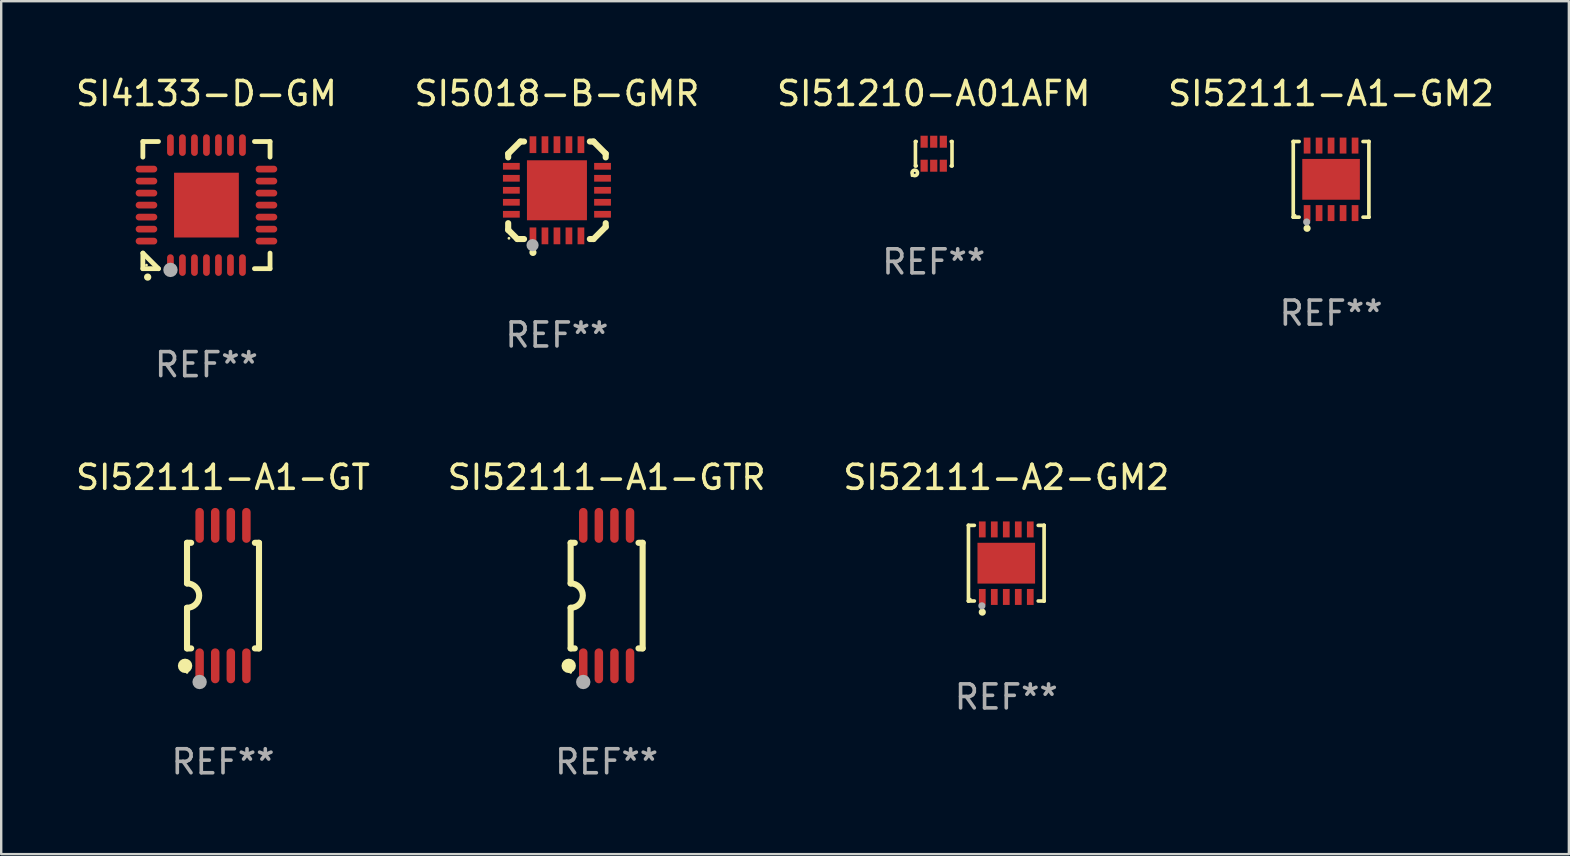
<source format=kicad_pcb>
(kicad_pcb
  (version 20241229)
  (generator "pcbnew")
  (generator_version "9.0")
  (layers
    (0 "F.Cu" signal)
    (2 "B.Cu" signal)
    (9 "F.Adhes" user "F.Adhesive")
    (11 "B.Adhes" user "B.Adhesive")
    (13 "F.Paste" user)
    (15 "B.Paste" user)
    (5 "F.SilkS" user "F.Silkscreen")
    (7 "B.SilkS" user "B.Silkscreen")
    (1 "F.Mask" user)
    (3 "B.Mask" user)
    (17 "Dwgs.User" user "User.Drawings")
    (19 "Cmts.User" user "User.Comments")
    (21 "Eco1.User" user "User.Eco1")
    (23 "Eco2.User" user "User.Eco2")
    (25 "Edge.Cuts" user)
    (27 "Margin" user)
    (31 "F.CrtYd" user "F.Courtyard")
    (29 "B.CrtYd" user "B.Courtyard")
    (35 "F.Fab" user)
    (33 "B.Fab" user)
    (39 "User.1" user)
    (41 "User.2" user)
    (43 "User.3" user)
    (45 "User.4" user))
  (footprint "SI5018-B-GMR"
    (layer "F.Cu")
    (at 20.161 4.88)
    (property "Reference" "SI5018-B-GMR" (at 0 -4.032 0) (layer "F.SilkS") (effects (font (size 1 1) (thickness 0.15))))
    (attr through_hole)
    (fp_line (start -2.032 -1.524) (end -1.524 -2.032) (stroke (width 0.254) (type solid)) (layer "F.SilkS"))
    (fp_line (start -2.032 -1.371) (end -2.032 -1.524) (stroke (width 0.254) (type solid)) (layer "F.SilkS"))
    (fp_line (start -2.032 1.651) (end -2.032 1.371) (stroke (width 0.254) (type solid)) (layer "F.SilkS"))
    (fp_line (start -1.651 2.032) (end -2.032 1.651) (stroke (width 0.254) (type solid)) (layer "F.SilkS"))
    (fp_line (start -1.524 -2.032) (end -1.371 -2.032) (stroke (width 0.254) (type solid)) (layer "F.SilkS"))
    (fp_line (start -1.371 2.032) (end -1.651 2.032) (stroke (width 0.254) (type solid)) (layer "F.SilkS"))
    (fp_line (start 1.371 -2.032) (end 1.524 -2.032) (stroke (width 0.254) (type solid)) (layer "F.SilkS"))
    (fp_line (start 1.524 -2.032) (end 2.032 -1.524) (stroke (width 0.254) (type solid)) (layer "F.SilkS"))
    (fp_line (start 1.524 2.032) (end 1.371 2.032) (stroke (width 0.254) (type solid)) (layer "F.SilkS"))
    (fp_line (start 2.032 -1.524) (end 2.032 -1.371) (stroke (width 0.254) (type solid)) (layer "F.SilkS"))
    (fp_line (start 2.032 1.371) (end 2.032 1.524) (stroke (width 0.254) (type solid)) (layer "F.SilkS"))
    (fp_line (start 2.032 1.524) (end 1.524 2.032) (stroke (width 0.254) (type solid)) (layer "F.SilkS"))
    (fp_circle (center -2 2) (end -1.97 2) (stroke (width 0.06) (type solid)) (fill no) (layer "F.SilkS"))
    (fp_circle (center -1 2.59) (end -0.925 2.59) (stroke (width 0.15) (type solid)) (fill no) (layer "F.SilkS"))
    (fp_circle (center -1.016 2.286) (end -0.889 2.286) (stroke (width 0.254) (type solid)) (fill no) (layer "F.Fab"))
    (fp_text user "REF**" (at 0 6.032 0) (layer "F.Fab") (effects (font (size 1 1) (thickness 0.15))))
    (pad "1" smd rect (at -1 1.9 90) (size 0.7 0.28) (layers "F.Cu" "F.Mask" "F.Paste"))
    (pad "2" smd rect (at -0.5 1.9 90) (size 0.7 0.28) (layers "F.Cu" "F.Mask" "F.Paste"))
    (pad "3" smd rect (at -0.000051 1.9 90) (size 0.7 0.28) (layers "F.Cu" "F.Mask" "F.Paste"))
    (pad "4" smd rect (at 0.5 1.9 90) (size 0.7 0.28) (layers "F.Cu" "F.Mask" "F.Paste"))
    (pad "5" smd rect (at 1 1.9 90) (size 0.7 0.28) (layers "F.Cu" "F.Mask" "F.Paste"))
    (pad "6" smd rect (at 1.9 1 90) (size 0.28 0.7) (layers "F.Cu" "F.Mask" "F.Paste"))
    (pad "7" smd rect (at 1.9 0.5 90) (size 0.28 0.7) (layers "F.Cu" "F.Mask" "F.Paste"))
    (pad "8" smd rect (at 1.9 -0.000051 90) (size 0.28 0.7) (layers "F.Cu" "F.Mask" "F.Paste"))
    (pad "9" smd rect (at 1.9 -0.5 90) (size 0.28 0.7) (layers "F.Cu" "F.Mask" "F.Paste"))
    (pad "10" smd rect (at 1.9 -1 90) (size 0.28 0.7) (layers "F.Cu" "F.Mask" "F.Paste"))
    (pad "11" smd rect (at 1 -1.9 90) (size 0.7 0.28) (layers "F.Cu" "F.Mask" "F.Paste"))
    (pad "12" smd rect (at 0.5 -1.9 90) (size 0.7 0.28) (layers "F.Cu" "F.Mask" "F.Paste"))
    (pad "13" smd rect (at -0.000051 -1.9 90) (size 0.7 0.28) (layers "F.Cu" "F.Mask" "F.Paste"))
    (pad "14" smd rect (at -0.5 -1.9 90) (size 0.7 0.28) (layers "F.Cu" "F.Mask" "F.Paste"))
    (pad "15" smd rect (at -1 -1.9 90) (size 0.7 0.28) (layers "F.Cu" "F.Mask" "F.Paste"))
    (pad "16" smd rect (at -1.9 -1 90) (size 0.28 0.7) (layers "F.Cu" "F.Mask" "F.Paste"))
    (pad "17" smd rect (at -1.9 -0.5 90) (size 0.28 0.7) (layers "F.Cu" "F.Mask" "F.Paste"))
    (pad "18" smd rect (at -1.9 -0.000051 90) (size 0.28 0.7) (layers "F.Cu" "F.Mask" "F.Paste"))
    (pad "19" smd rect (at -1.9 0.5 90) (size 0.28 0.7) (layers "F.Cu" "F.Mask" "F.Paste"))
    (pad "20" smd rect (at -1.9 1 90) (size 0.28 0.7) (layers "F.Cu" "F.Mask" "F.Paste"))
    (pad "21" smd rect (at -0.000051 -0.000051 90) (size 2.5 2.5) (layers "F.Cu" "F.Mask" "F.Paste")))
  (footprint "SI52111-A1-GTR"
    (layer "F.Cu")
    (at 22.232 21.772)
    (property "Reference" "SI52111-A1-GTR" (at 0 -4.927 0) (layer "F.SilkS") (effects (font (size 1 1) (thickness 0.15))))
    (attr through_hole)
    (fp_line (start -1.5 -2.2) (end -1.5 -0.508) (stroke (width 0.254) (type solid)) (layer "F.SilkS"))
    (fp_line (start -1.5 -2.2) (end -1.328 -2.2) (stroke (width 0.254) (type solid)) (layer "F.SilkS"))
    (fp_line (start -1.5 2.2) (end -1.5 0.508) (stroke (width 0.254) (type solid)) (layer "F.SilkS"))
    (fp_line (start -1.5 2.2) (end -1.328 2.2) (stroke (width 0.254) (type solid)) (layer "F.SilkS"))
    (fp_line (start 1.328 -2.2) (end 1.5 -2.2) (stroke (width 0.254) (type solid)) (layer "F.SilkS"))
    (fp_line (start 1.328 2.2) (end 1.5 2.2) (stroke (width 0.254) (type solid)) (layer "F.SilkS"))
    (fp_line (start 1.5 -2.2) (end 1.5 2.2) (stroke (width 0.254) (type solid)) (layer "F.SilkS"))
    (fp_arc (start -1.501144 -0.508) (mid -0.993143 -0.000571) (end -1.5 0.508001) (stroke (width 0.254001) (type solid)) (layer "F.SilkS"))
    (fp_circle (center -1.581 2.927) (end -1.431 2.927) (stroke (width 0.3) (type solid)) (fill no) (layer "F.SilkS"))
    (fp_circle (center -1.5 3.2) (end -1.47 3.2) (stroke (width 0.06) (type solid)) (fill no) (layer "F.SilkS"))
    (fp_circle (center -0.975 3.6) (end -0.825 3.6) (stroke (width 0.3) (type solid)) (fill no) (layer "F.Fab"))
    (fp_text user "REF**" (at 0 6.927 0) (layer "F.Fab") (effects (font (size 1 1) (thickness 0.15))))
    (pad "1" smd oval (at -0.975 2.927) (size 0.353 1.454) (layers "F.Cu" "F.Mask" "F.Paste"))
    (pad "2" smd oval (at -0.325 2.927) (size 0.353 1.454) (layers "F.Cu" "F.Mask" "F.Paste"))
    (pad "3" smd oval (at 0.325 2.927) (size 0.353 1.454) (layers "F.Cu" "F.Mask" "F.Paste"))
    (pad "4" smd oval (at 0.975 2.927) (size 0.353 1.454) (layers "F.Cu" "F.Mask" "F.Paste"))
    (pad "5" smd oval (at 0.975 -2.927) (size 0.353 1.454) (layers "F.Cu" "F.Mask" "F.Paste"))
    (pad "6" smd oval (at 0.325 -2.927) (size 0.353 1.454) (layers "F.Cu" "F.Mask" "F.Paste"))
    (pad "7" smd oval (at -0.325 -2.927) (size 0.353 1.454) (layers "F.Cu" "F.Mask" "F.Paste"))
    (pad "8" smd oval (at -0.975 -2.927) (size 0.353 1.454) (layers "F.Cu" "F.Mask" "F.Paste")))
  (footprint "SI52111-A2-GM2"
    (layer "F.Cu")
    (at 38.887 20.421)
    (property "Reference" "SI52111-A2-GM2" (at 0 -3.576 0) (layer "F.SilkS") (effects (font (size 1 1) (thickness 0.15))))
    (attr through_hole)
    (fp_line (start -1.576 -1.576) (end -1.576 -1.576) (stroke (width 0.152) (type solid)) (layer "F.SilkS"))
    (fp_line (start -1.576 -1.576) (end -1.331 -1.576) (stroke (width 0.152) (type solid)) (layer "F.SilkS"))
    (fp_line (start -1.576 1.576) (end -1.576 -1.576) (stroke (width 0.152) (type solid)) (layer "F.SilkS"))
    (fp_line (start -1.576 1.576) (end -1.576 1.576) (stroke (width 0.152) (type solid)) (layer "F.SilkS"))
    (fp_line (start -1.331 1.576) (end -1.576 1.576) (stroke (width 0.152) (type solid)) (layer "F.SilkS"))
    (fp_line (start 1.331 1.576) (end 1.576 1.576) (stroke (width 0.152) (type solid)) (layer "F.SilkS"))
    (fp_line (start 1.576 -1.576) (end 1.331 -1.576) (stroke (width 0.152) (type solid)) (layer "F.SilkS"))
    (fp_line (start 1.576 -1.576) (end 1.576 -1.576) (stroke (width 0.152) (type solid)) (layer "F.SilkS"))
    (fp_line (start 1.576 1.576) (end 1.576 -1.576) (stroke (width 0.152) (type solid)) (layer "F.SilkS"))
    (fp_line (start 1.576 1.576) (end 1.576 1.576) (stroke (width 0.152) (type solid)) (layer "F.SilkS"))
    (fp_circle (center -1.5 1.5) (end -1.47 1.5) (stroke (width 0.06) (type solid)) (fill no) (layer "F.SilkS"))
    (fp_circle (center -1 2.04) (end -0.925 2.04) (stroke (width 0.15) (type solid)) (fill no) (layer "F.SilkS"))
    (fp_circle (center -1.016 1.778) (end -0.941 1.778) (stroke (width 0.15) (type solid)) (fill no) (layer "F.Fab"))
    (fp_text user "REF**" (at 0 5.576 0) (layer "F.Fab") (effects (font (size 1 1) (thickness 0.15))))
    (pad "1" smd rect (at -1 1.407) (size 0.28 0.665) (layers "F.Cu" "F.Mask" "F.Paste"))
    (pad "2" smd rect (at -0.5 1.407) (size 0.28 0.665) (layers "F.Cu" "F.Mask" "F.Paste"))
    (pad "3" smd rect (at 0 1.407) (size 0.28 0.665) (layers "F.Cu" "F.Mask" "F.Paste"))
    (pad "4" smd rect (at 0.5 1.407) (size 0.28 0.665) (layers "F.Cu" "F.Mask" "F.Paste"))
    (pad "5" smd rect (at 1 1.407) (size 0.28 0.665) (layers "F.Cu" "F.Mask" "F.Paste"))
    (pad "6" smd rect (at 1 -1.407) (size 0.28 0.665) (layers "F.Cu" "F.Mask" "F.Paste"))
    (pad "7" smd rect (at 0.5 -1.407) (size 0.28 0.665) (layers "F.Cu" "F.Mask" "F.Paste"))
    (pad "8" smd rect (at 0 -1.407) (size 0.28 0.665) (layers "F.Cu" "F.Mask" "F.Paste"))
    (pad "9" smd rect (at -0.5 -1.407) (size 0.28 0.665) (layers "F.Cu" "F.Mask" "F.Paste"))
    (pad "10" smd rect (at -1 -1.407) (size 0.28 0.665) (layers "F.Cu" "F.Mask" "F.Paste"))
    (pad "11" smd rect (at 0 0) (size 2.4 1.7) (layers "F.Cu" "F.Mask" "F.Paste")))
  (footprint "SI52111-A1-GT"
    (layer "F.Cu")
    (at 6.244 21.772)
    (property "Reference" "SI52111-A1-GT" (at 0 -4.927 0) (layer "F.SilkS") (effects (font (size 1 1) (thickness 0.15))))
    (attr through_hole)
    (fp_line (start -1.5 -2.2) (end -1.5 -0.508) (stroke (width 0.254) (type solid)) (layer "F.SilkS"))
    (fp_line (start -1.5 -2.2) (end -1.328 -2.2) (stroke (width 0.254) (type solid)) (layer "F.SilkS"))
    (fp_line (start -1.5 2.2) (end -1.5 0.508) (stroke (width 0.254) (type solid)) (layer "F.SilkS"))
    (fp_line (start -1.5 2.2) (end -1.328 2.2) (stroke (width 0.254) (type solid)) (layer "F.SilkS"))
    (fp_line (start 1.328 -2.2) (end 1.5 -2.2) (stroke (width 0.254) (type solid)) (layer "F.SilkS"))
    (fp_line (start 1.328 2.2) (end 1.5 2.2) (stroke (width 0.254) (type solid)) (layer "F.SilkS"))
    (fp_line (start 1.5 -2.2) (end 1.5 2.2) (stroke (width 0.254) (type solid)) (layer "F.SilkS"))
    (fp_arc (start -1.501144 -0.508) (mid -0.993143 -0.000571) (end -1.5 0.508001) (stroke (width 0.254001) (type solid)) (layer "F.SilkS"))
    (fp_circle (center -1.581 2.927) (end -1.431 2.927) (stroke (width 0.3) (type solid)) (fill no) (layer "F.SilkS"))
    (fp_circle (center -1.5 3.2) (end -1.47 3.2) (stroke (width 0.06) (type solid)) (fill no) (layer "F.SilkS"))
    (fp_circle (center -0.975 3.6) (end -0.825 3.6) (stroke (width 0.3) (type solid)) (fill no) (layer "F.Fab"))
    (fp_text user "REF**" (at 0 6.927 0) (layer "F.Fab") (effects (font (size 1 1) (thickness 0.15))))
    (pad "1" smd oval (at -0.975 2.927) (size 0.353 1.454) (layers "F.Cu" "F.Mask" "F.Paste"))
    (pad "2" smd oval (at -0.325 2.927) (size 0.353 1.454) (layers "F.Cu" "F.Mask" "F.Paste"))
    (pad "3" smd oval (at 0.325 2.927) (size 0.353 1.454) (layers "F.Cu" "F.Mask" "F.Paste"))
    (pad "4" smd oval (at 0.975 2.927) (size 0.353 1.454) (layers "F.Cu" "F.Mask" "F.Paste"))
    (pad "5" smd oval (at 0.975 -2.927) (size 0.353 1.454) (layers "F.Cu" "F.Mask" "F.Paste"))
    (pad "6" smd oval (at 0.325 -2.927) (size 0.353 1.454) (layers "F.Cu" "F.Mask" "F.Paste"))
    (pad "7" smd oval (at -0.325 -2.927) (size 0.353 1.454) (layers "F.Cu" "F.Mask" "F.Paste"))
    (pad "8" smd oval (at -0.975 -2.927) (size 0.353 1.454) (layers "F.Cu" "F.Mask" "F.Paste")))
  (footprint "SI4133-D-GM"
    (layer "F.Cu")
    (at 5.554 5.498)
    (property "Reference" "SI4133-D-GM" (at 0 -4.65 0) (layer "F.SilkS") (effects (font (size 1 1) (thickness 0.15))))
    (attr through_hole)
    (fp_line (start -2.65 -2.65) (end -2.65 -2) (stroke (width 0.2) (type solid)) (layer "F.SilkS"))
    (fp_line (start -2.65 2) (end -2 2.65) (stroke (width 0.2) (type solid)) (layer "F.SilkS"))
    (fp_line (start -2.65 2.65) (end -2.65 2) (stroke (width 0.2) (type solid)) (layer "F.SilkS"))
    (fp_line (start -2 -2.65) (end -2.65 -2.65) (stroke (width 0.2) (type solid)) (layer "F.SilkS"))
    (fp_line (start -2 2.65) (end -2.65 2.65) (stroke (width 0.2) (type solid)) (layer "F.SilkS"))
    (fp_line (start 2 2.65) (end 2.65 2.65) (stroke (width 0.2) (type solid)) (layer "F.SilkS"))
    (fp_line (start 2.65 -2.65) (end 2 -2.65) (stroke (width 0.2) (type solid)) (layer "F.SilkS"))
    (fp_line (start 2.65 -2) (end 2.65 -2.65) (stroke (width 0.2) (type solid)) (layer "F.SilkS"))
    (fp_line (start 2.65 2.65) (end 2.65 2) (stroke (width 0.2) (type solid)) (layer "F.SilkS"))
    (fp_arc (start -2.451105 2.999746) (mid -2.449835 2.999741) (end -2.448565 2.999746) (stroke (width 0.3) (type solid)) (layer "F.SilkS"))
    (fp_circle (center -2.5 2.5) (end -2.47 2.5) (stroke (width 0.06) (type solid)) (fill no) (layer "F.SilkS"))
    (fp_circle (center -1.5 2.7) (end -1.35 2.7) (stroke (width 0.3) (type solid)) (fill no) (layer "F.Fab"))
    (fp_text user "REF**" (at 0 6.65 0) (layer "F.Fab") (effects (font (size 1 1) (thickness 0.15))))
    (pad "1" smd oval (at -1.501 2.5 180) (size 0.28 0.9) (layers "F.Cu" "F.Mask" "F.Paste"))
    (pad "2" smd oval (at -1.001 2.5 180) (size 0.28 0.9) (layers "F.Cu" "F.Mask" "F.Paste"))
    (pad "3" smd oval (at -0.5 2.5 180) (size 0.28 0.9) (layers "F.Cu" "F.Mask" "F.Paste"))
    (pad "4" smd oval (at 0 2.5 180) (size 0.28 0.9) (layers "F.Cu" "F.Mask" "F.Paste"))
    (pad "5" smd oval (at 0.5 2.5 180) (size 0.28 0.9) (layers "F.Cu" "F.Mask" "F.Paste"))
    (pad "6" smd oval (at 1.001 2.5 180) (size 0.28 0.9) (layers "F.Cu" "F.Mask" "F.Paste"))
    (pad "7" smd oval (at 1.501 2.5 180) (size 0.28 0.9) (layers "F.Cu" "F.Mask" "F.Paste"))
    (pad "8" smd oval (at 2.5 1.501 90) (size 0.28 0.9) (layers "F.Cu" "F.Mask" "F.Paste"))
    (pad "9" smd oval (at 2.5 1.001 90) (size 0.28 0.9) (layers "F.Cu" "F.Mask" "F.Paste"))
    (pad "10" smd oval (at 2.5 0.5 90) (size 0.28 0.9) (layers "F.Cu" "F.Mask" "F.Paste"))
    (pad "11" smd oval (at 2.5 0 90) (size 0.28 0.9) (layers "F.Cu" "F.Mask" "F.Paste"))
    (pad "12" smd oval (at 2.5 -0.5 90) (size 0.28 0.9) (layers "F.Cu" "F.Mask" "F.Paste"))
    (pad "13" smd oval (at 2.5 -1.001 90) (size 0.28 0.9) (layers "F.Cu" "F.Mask" "F.Paste"))
    (pad "14" smd oval (at 2.5 -1.501 90) (size 0.28 0.9) (layers "F.Cu" "F.Mask" "F.Paste"))
    (pad "15" smd oval (at 1.501 -2.5 180) (size 0.28 0.9) (layers "F.Cu" "F.Mask" "F.Paste"))
    (pad "16" smd oval (at 1.001 -2.5 180) (size 0.28 0.9) (layers "F.Cu" "F.Mask" "F.Paste"))
    (pad "17" smd oval (at 0.5 -2.5 180) (size 0.28 0.9) (layers "F.Cu" "F.Mask" "F.Paste"))
    (pad "18" smd oval (at 0 -2.5 180) (size 0.28 0.9) (layers "F.Cu" "F.Mask" "F.Paste"))
    (pad "19" smd oval (at -0.5 -2.5 180) (size 0.28 0.9) (layers "F.Cu" "F.Mask" "F.Paste"))
    (pad "20" smd oval (at -1.001 -2.5 180) (size 0.28 0.9) (layers "F.Cu" "F.Mask" "F.Paste"))
    (pad "21" smd oval (at -1.501 -2.5 180) (size 0.28 0.9) (layers "F.Cu" "F.Mask" "F.Paste"))
    (pad "22" smd oval (at -2.5 -1.501 90) (size 0.28 0.9) (layers "F.Cu" "F.Mask" "F.Paste"))
    (pad "23" smd oval (at -2.5 -1.001 90) (size 0.28 0.9) (layers "F.Cu" "F.Mask" "F.Paste"))
    (pad "24" smd oval (at -2.5 -0.5 90) (size 0.28 0.9) (layers "F.Cu" "F.Mask" "F.Paste"))
    (pad "25" smd oval (at -2.5 0 90) (size 0.28 0.9) (layers "F.Cu" "F.Mask" "F.Paste"))
    (pad "26" smd oval (at -2.5 0.5 90) (size 0.28 0.9) (layers "F.Cu" "F.Mask" "F.Paste"))
    (pad "27" smd oval (at -2.5 1.001 90) (size 0.28 0.9) (layers "F.Cu" "F.Mask" "F.Paste"))
    (pad "28" smd oval (at -2.5 1.501 90) (size 0.28 0.9) (layers "F.Cu" "F.Mask" "F.Paste"))
    (pad "29" smd rect (at 0 0 90) (size 2.7 2.7) (layers "F.Cu" "F.Mask" "F.Paste")))
  (footprint "SI51210-A01AFM"
    (layer "F.Cu")
    (at 35.863 3.356)
    (property "Reference" "SI51210-A01AFM" (at 0 -2.508 0) (layer "F.SilkS") (effects (font (size 1 1) (thickness 0.15))))
    (attr through_hole)
    (fp_line (start -0.762 -0.508) (end -0.762 0.508) (stroke (width 0.15) (type solid)) (layer "F.SilkS"))
    (fp_line (start -0.762 0.508) (end -0.729 0.508) (stroke (width 0.15) (type solid)) (layer "F.SilkS"))
    (fp_line (start -0.729 -0.508) (end -0.762 -0.508) (stroke (width 0.15) (type solid)) (layer "F.SilkS"))
    (fp_line (start 0.729 0.508) (end 0.762 0.508) (stroke (width 0.15) (type solid)) (layer "F.SilkS"))
    (fp_line (start 0.762 -0.508) (end 0.729 -0.508) (stroke (width 0.15) (type solid)) (layer "F.SilkS"))
    (fp_line (start 0.762 0.508) (end 0.762 -0.508) (stroke (width 0.15) (type solid)) (layer "F.SilkS"))
    (fp_circle (center -0.905 0.915) (end -0.875 0.915) (stroke (width 0.06) (type solid)) (fill no) (layer "F.SilkS"))
    (fp_circle (center -0.79 0.8) (end -0.75 0.8) (stroke (width 0.15) (type solid)) (fill no) (layer "F.SilkS"))
    (fp_text user "REF**" (at 0 4.508 0) (layer "F.Fab") (effects (font (size 1 1) (thickness 0.15))))
    (pad "1" smd rect (at -0.4 0.5) (size 0.3 0.5) (layers "F.Cu" "F.Mask" "F.Paste"))
    (pad "2" smd rect (at 0.000051 0.5) (size 0.3 0.5) (layers "F.Cu" "F.Mask" "F.Paste"))
    (pad "3" smd rect (at 0.4 0.5) (size 0.3 0.5) (layers "F.Cu" "F.Mask" "F.Paste"))
    (pad "4" smd rect (at 0.4 -0.5) (size 0.3 0.5) (layers "F.Cu" "F.Mask" "F.Paste"))
    (pad "5" smd rect (at 0.000051 -0.5) (size 0.3 0.5) (layers "F.Cu" "F.Mask" "F.Paste"))
    (pad "6" smd rect (at -0.4 -0.5) (size 0.3 0.5) (layers "F.Cu" "F.Mask" "F.Paste")))
  (footprint "SI52111-A1-GM2"
    (layer "F.Cu")
    (at 52.423 4.424)
    (property "Reference" "SI52111-A1-GM2" (at 0 -3.576 0) (layer "F.SilkS") (effects (font (size 1 1) (thickness 0.15))))
    (attr through_hole)
    (fp_line (start -1.576 -1.576) (end -1.576 -1.576) (stroke (width 0.152) (type solid)) (layer "F.SilkS"))
    (fp_line (start -1.576 -1.576) (end -1.331 -1.576) (stroke (width 0.152) (type solid)) (layer "F.SilkS"))
    (fp_line (start -1.576 1.576) (end -1.576 -1.576) (stroke (width 0.152) (type solid)) (layer "F.SilkS"))
    (fp_line (start -1.576 1.576) (end -1.576 1.576) (stroke (width 0.152) (type solid)) (layer "F.SilkS"))
    (fp_line (start -1.331 1.576) (end -1.576 1.576) (stroke (width 0.152) (type solid)) (layer "F.SilkS"))
    (fp_line (start 1.331 1.576) (end 1.576 1.576) (stroke (width 0.152) (type solid)) (layer "F.SilkS"))
    (fp_line (start 1.576 -1.576) (end 1.331 -1.576) (stroke (width 0.152) (type solid)) (layer "F.SilkS"))
    (fp_line (start 1.576 -1.576) (end 1.576 -1.576) (stroke (width 0.152) (type solid)) (layer "F.SilkS"))
    (fp_line (start 1.576 1.576) (end 1.576 -1.576) (stroke (width 0.152) (type solid)) (layer "F.SilkS"))
    (fp_line (start 1.576 1.576) (end 1.576 1.576) (stroke (width 0.152) (type solid)) (layer "F.SilkS"))
    (fp_circle (center -1.5 1.5) (end -1.47 1.5) (stroke (width 0.06) (type solid)) (fill no) (layer "F.SilkS"))
    (fp_circle (center -1 2.04) (end -0.925 2.04) (stroke (width 0.15) (type solid)) (fill no) (layer "F.SilkS"))
    (fp_circle (center -1.016 1.778) (end -0.941 1.778) (stroke (width 0.15) (type solid)) (fill no) (layer "F.Fab"))
    (fp_text user "REF**" (at 0 5.576 0) (layer "F.Fab") (effects (font (size 1 1) (thickness 0.15))))
    (pad "1" smd rect (at -1 1.407) (size 0.28 0.665) (layers "F.Cu" "F.Mask" "F.Paste"))
    (pad "2" smd rect (at -0.5 1.407) (size 0.28 0.665) (layers "F.Cu" "F.Mask" "F.Paste"))
    (pad "3" smd rect (at 0 1.407) (size 0.28 0.665) (layers "F.Cu" "F.Mask" "F.Paste"))
    (pad "4" smd rect (at 0.5 1.407) (size 0.28 0.665) (layers "F.Cu" "F.Mask" "F.Paste"))
    (pad "5" smd rect (at 1 1.407) (size 0.28 0.665) (layers "F.Cu" "F.Mask" "F.Paste"))
    (pad "6" smd rect (at 1 -1.407) (size 0.28 0.665) (layers "F.Cu" "F.Mask" "F.Paste"))
    (pad "7" smd rect (at 0.5 -1.407) (size 0.28 0.665) (layers "F.Cu" "F.Mask" "F.Paste"))
    (pad "8" smd rect (at 0 -1.407) (size 0.28 0.665) (layers "F.Cu" "F.Mask" "F.Paste"))
    (pad "9" smd rect (at -0.5 -1.407) (size 0.28 0.665) (layers "F.Cu" "F.Mask" "F.Paste"))
    (pad "10" smd rect (at -1 -1.407) (size 0.28 0.665) (layers "F.Cu" "F.Mask" "F.Paste"))
    (pad "11" smd rect (at 0 0) (size 2.4 1.7) (layers "F.Cu" "F.Mask" "F.Paste")))
  (gr_rect
    (start -3 -3)
    (end 62.333 32.547)
    (stroke (width 0.1) (type default))
    (fill no)
    (layer "Edge.Cuts")))
</source>
